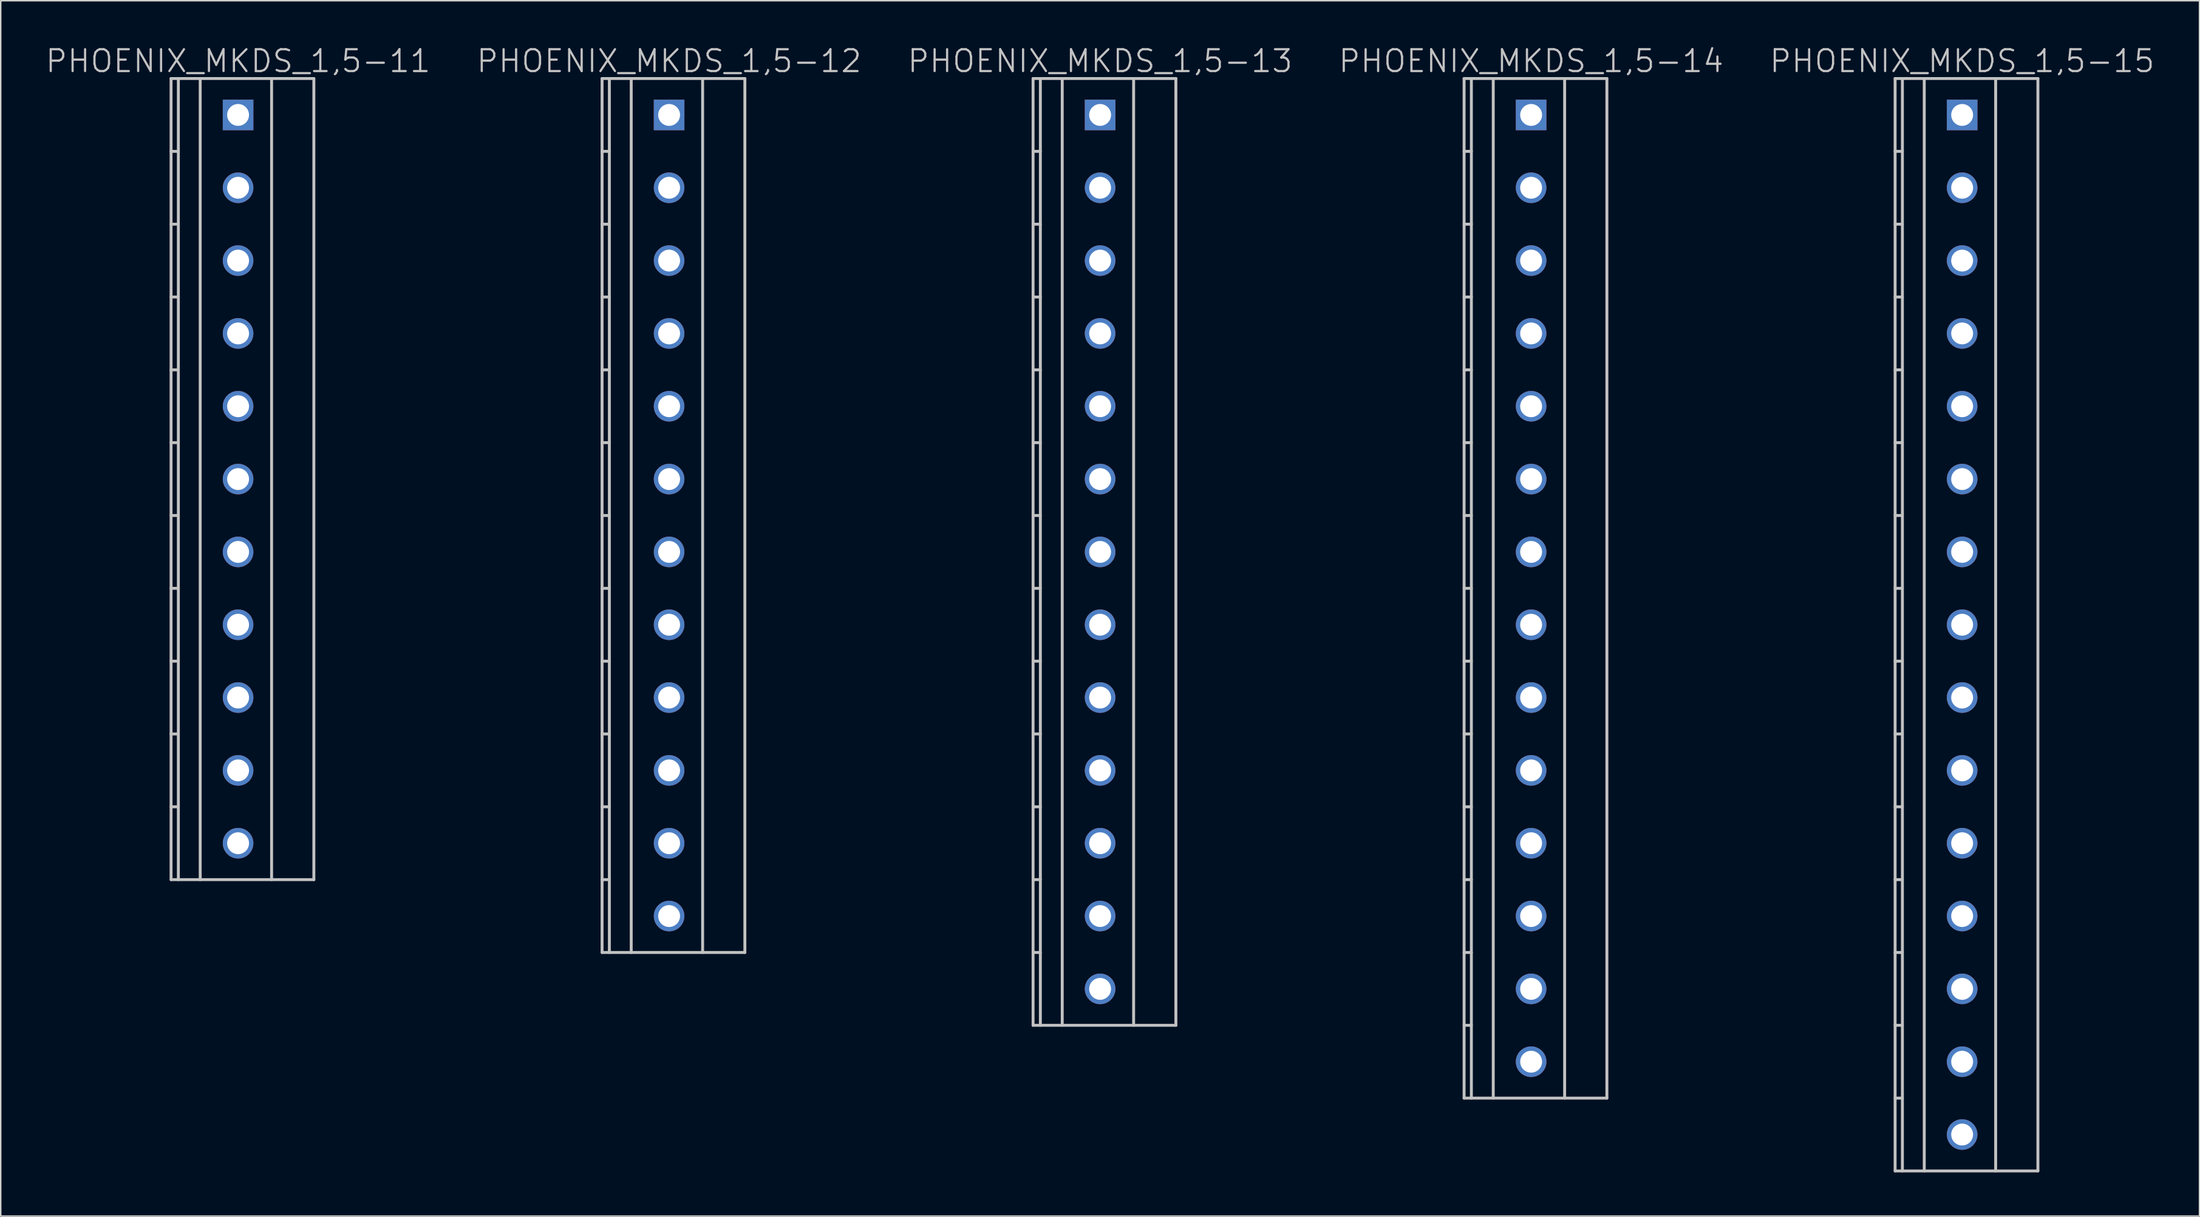
<source format=kicad_pcb>
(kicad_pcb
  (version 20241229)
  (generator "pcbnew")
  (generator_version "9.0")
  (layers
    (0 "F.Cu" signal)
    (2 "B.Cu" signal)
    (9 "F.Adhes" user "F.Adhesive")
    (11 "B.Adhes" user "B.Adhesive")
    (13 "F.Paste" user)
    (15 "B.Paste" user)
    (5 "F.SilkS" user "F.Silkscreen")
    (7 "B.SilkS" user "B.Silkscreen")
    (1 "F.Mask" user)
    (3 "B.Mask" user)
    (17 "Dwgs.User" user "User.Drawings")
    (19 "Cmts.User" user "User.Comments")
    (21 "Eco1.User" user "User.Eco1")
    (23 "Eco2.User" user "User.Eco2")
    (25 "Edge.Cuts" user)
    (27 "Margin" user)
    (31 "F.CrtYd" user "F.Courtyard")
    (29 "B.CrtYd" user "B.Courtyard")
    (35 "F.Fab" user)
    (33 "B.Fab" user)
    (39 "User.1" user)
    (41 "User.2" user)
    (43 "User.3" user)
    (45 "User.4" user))
  (footprint "PHOENIX_MKDS_1,5-14"
    (layer "F.Cu")
    (at 102.025 37.341)
    (property "Reference" "PHOENIX_MKDS_1,5-14" (at 0 -36.2 180) (layer "Dwgs.User") (effects (font (size 1.5 1.5) (thickness 0.15))))
    (attr through_hole)
    (fp_line (start -4.6 -35) (end -4.6 35) (stroke (width 0.2) (type solid)) (layer "Dwgs.User"))
    (fp_line (start -4.6 35) (end 5.2 35) (stroke (width 0.2) (type solid)) (layer "Dwgs.User"))
    (fp_line (start -4.1 -35) (end -4.1 35) (stroke (width 0.2) (type solid)) (layer "Dwgs.User"))
    (fp_line (start -4.1 -30) (end -4.6 -30) (stroke (width 0.2) (type solid)) (layer "Dwgs.User"))
    (fp_line (start -4.1 -25) (end -4.6 -25) (stroke (width 0.2) (type solid)) (layer "Dwgs.User"))
    (fp_line (start -4.1 -20) (end -4.6 -20) (stroke (width 0.2) (type solid)) (layer "Dwgs.User"))
    (fp_line (start -4.1 -15) (end -4.6 -15) (stroke (width 0.2) (type solid)) (layer "Dwgs.User"))
    (fp_line (start -4.1 -10) (end -4.6 -10) (stroke (width 0.2) (type solid)) (layer "Dwgs.User"))
    (fp_line (start -4.1 -5) (end -4.6 -5) (stroke (width 0.2) (type solid)) (layer "Dwgs.User"))
    (fp_line (start -4.1 0) (end -4.6 0) (stroke (width 0.2) (type solid)) (layer "Dwgs.User"))
    (fp_line (start -4.1 5) (end -4.6 5) (stroke (width 0.2) (type solid)) (layer "Dwgs.User"))
    (fp_line (start -4.1 10) (end -4.6 10) (stroke (width 0.2) (type solid)) (layer "Dwgs.User"))
    (fp_line (start -4.1 15) (end -4.6 15) (stroke (width 0.2) (type solid)) (layer "Dwgs.User"))
    (fp_line (start -4.1 20) (end -4.6 20) (stroke (width 0.2) (type solid)) (layer "Dwgs.User"))
    (fp_line (start -4.1 25) (end -4.6 25) (stroke (width 0.2) (type solid)) (layer "Dwgs.User"))
    (fp_line (start -4.1 30) (end -4.6 30) (stroke (width 0.2) (type solid)) (layer "Dwgs.User"))
    (fp_line (start -2.6 -35) (end -2.6 35) (stroke (width 0.2) (type solid)) (layer "Dwgs.User"))
    (fp_line (start 2.3 -35) (end 2.3 35) (stroke (width 0.2) (type solid)) (layer "Dwgs.User"))
    (fp_line (start 5.2 -35) (end -4.6 -35) (stroke (width 0.2) (type solid)) (layer "Dwgs.User"))
    (fp_line (start 5.2 35) (end 5.2 -35) (stroke (width 0.2) (type solid)) (layer "Dwgs.User"))
    (pad "1" thru_hole rect (at 0 -32.5) (size 2.1 2.1) (drill 1.5) (layers "*.Cu" "*.Mask"))
    (pad "2" thru_hole circle (at 0 -27.5 270) (size 2.1 2.1) (drill 1.5) (layers "*.Cu" "*.Mask"))
    (pad "3" thru_hole circle (at 0 -22.5 270) (size 2.1 2.1) (drill 1.5) (layers "*.Cu" "*.Mask"))
    (pad "4" thru_hole circle (at 0 -17.5 270) (size 2.1 2.1) (drill 1.5) (layers "*.Cu" "*.Mask"))
    (pad "5" thru_hole circle (at 0 -12.5 270) (size 2.1 2.1) (drill 1.5) (layers "*.Cu" "*.Mask"))
    (pad "6" thru_hole circle (at 0 -7.5 270) (size 2.1 2.1) (drill 1.5) (layers "*.Cu" "*.Mask"))
    (pad "7" thru_hole circle (at 0 -2.5 270) (size 2.1 2.1) (drill 1.5) (layers "*.Cu" "*.Mask"))
    (pad "8" thru_hole circle (at 0 2.5 270) (size 2.1 2.1) (drill 1.5) (layers "*.Cu" "*.Mask"))
    (pad "9" thru_hole circle (at 0 7.5 270) (size 2.1 2.1) (drill 1.5) (layers "*.Cu" "*.Mask"))
    (pad "10" thru_hole circle (at 0 12.5 270) (size 2.1 2.1) (drill 1.5) (layers "*.Cu" "*.Mask"))
    (pad "11" thru_hole circle (at 0 17.5 270) (size 2.1 2.1) (drill 1.5) (layers "*.Cu" "*.Mask"))
    (pad "12" thru_hole circle (at 0 22.5 270) (size 2.1 2.1) (drill 1.5) (layers "*.Cu" "*.Mask"))
    (pad "13" thru_hole circle (at 0 27.5 270) (size 2.1 2.1) (drill 1.5) (layers "*.Cu" "*.Mask"))
    (pad "14" thru_hole circle (at 0 32.5 270) (size 2.1 2.1) (drill 1.5) (layers "*.Cu" "*.Mask")))
  (footprint "PHOENIX_MKDS_1,5-15"
    (layer "F.Cu")
    (at 131.604 39.841)
    (property "Reference" "PHOENIX_MKDS_1,5-15" (at 0 -38.7 180) (layer "Dwgs.User") (effects (font (size 1.5 1.5) (thickness 0.15))))
    (attr through_hole)
    (fp_line (start -4.6 -37.5) (end -4.6 37.5) (stroke (width 0.2) (type solid)) (layer "Dwgs.User"))
    (fp_line (start -4.6 37.5) (end 5.2 37.5) (stroke (width 0.2) (type solid)) (layer "Dwgs.User"))
    (fp_line (start -4.1 -37.5) (end -4.1 37.5) (stroke (width 0.2) (type solid)) (layer "Dwgs.User"))
    (fp_line (start -4.1 -32.5) (end -4.6 -32.5) (stroke (width 0.2) (type solid)) (layer "Dwgs.User"))
    (fp_line (start -4.1 -27.5) (end -4.6 -27.5) (stroke (width 0.2) (type solid)) (layer "Dwgs.User"))
    (fp_line (start -4.1 -22.5) (end -4.6 -22.5) (stroke (width 0.2) (type solid)) (layer "Dwgs.User"))
    (fp_line (start -4.1 -17.5) (end -4.6 -17.5) (stroke (width 0.2) (type solid)) (layer "Dwgs.User"))
    (fp_line (start -4.1 -12.5) (end -4.6 -12.5) (stroke (width 0.2) (type solid)) (layer "Dwgs.User"))
    (fp_line (start -4.1 -7.5) (end -4.6 -7.5) (stroke (width 0.2) (type solid)) (layer "Dwgs.User"))
    (fp_line (start -4.1 -2.5) (end -4.6 -2.5) (stroke (width 0.2) (type solid)) (layer "Dwgs.User"))
    (fp_line (start -4.1 2.5) (end -4.6 2.5) (stroke (width 0.2) (type solid)) (layer "Dwgs.User"))
    (fp_line (start -4.1 7.5) (end -4.6 7.5) (stroke (width 0.2) (type solid)) (layer "Dwgs.User"))
    (fp_line (start -4.1 12.5) (end -4.6 12.5) (stroke (width 0.2) (type solid)) (layer "Dwgs.User"))
    (fp_line (start -4.1 17.5) (end -4.6 17.5) (stroke (width 0.2) (type solid)) (layer "Dwgs.User"))
    (fp_line (start -4.1 22.5) (end -4.6 22.5) (stroke (width 0.2) (type solid)) (layer "Dwgs.User"))
    (fp_line (start -4.1 27.5) (end -4.6 27.5) (stroke (width 0.2) (type solid)) (layer "Dwgs.User"))
    (fp_line (start -4.1 32.5) (end -4.6 32.5) (stroke (width 0.2) (type solid)) (layer "Dwgs.User"))
    (fp_line (start -2.6 -37.5) (end -2.6 37.5) (stroke (width 0.2) (type solid)) (layer "Dwgs.User"))
    (fp_line (start 2.3 -37.5) (end 2.3 37.5) (stroke (width 0.2) (type solid)) (layer "Dwgs.User"))
    (fp_line (start 5.2 -37.5) (end -4.6 -37.5) (stroke (width 0.2) (type solid)) (layer "Dwgs.User"))
    (fp_line (start 5.2 37.5) (end 5.2 -37.5) (stroke (width 0.2) (type solid)) (layer "Dwgs.User"))
    (pad "1" thru_hole rect (at 0 -35) (size 2.1 2.1) (drill 1.5) (layers "*.Cu" "*.Mask"))
    (pad "2" thru_hole circle (at 0 -30 270) (size 2.1 2.1) (drill 1.5) (layers "*.Cu" "*.Mask"))
    (pad "3" thru_hole circle (at 0 -25 270) (size 2.1 2.1) (drill 1.5) (layers "*.Cu" "*.Mask"))
    (pad "4" thru_hole circle (at 0 -20 270) (size 2.1 2.1) (drill 1.5) (layers "*.Cu" "*.Mask"))
    (pad "5" thru_hole circle (at 0 -15 270) (size 2.1 2.1) (drill 1.5) (layers "*.Cu" "*.Mask"))
    (pad "6" thru_hole circle (at 0 -10 270) (size 2.1 2.1) (drill 1.5) (layers "*.Cu" "*.Mask"))
    (pad "7" thru_hole circle (at 0 -5 270) (size 2.1 2.1) (drill 1.5) (layers "*.Cu" "*.Mask"))
    (pad "8" thru_hole circle (at 0 0 270) (size 2.1 2.1) (drill 1.5) (layers "*.Cu" "*.Mask"))
    (pad "9" thru_hole circle (at 0 5 270) (size 2.1 2.1) (drill 1.5) (layers "*.Cu" "*.Mask"))
    (pad "10" thru_hole circle (at 0 10 270) (size 2.1 2.1) (drill 1.5) (layers "*.Cu" "*.Mask"))
    (pad "11" thru_hole circle (at 0 15 270) (size 2.1 2.1) (drill 1.5) (layers "*.Cu" "*.Mask"))
    (pad "12" thru_hole circle (at 0 20 270) (size 2.1 2.1) (drill 1.5) (layers "*.Cu" "*.Mask"))
    (pad "13" thru_hole circle (at 0 25 270) (size 2.1 2.1) (drill 1.5) (layers "*.Cu" "*.Mask"))
    (pad "14" thru_hole circle (at 0 30 270) (size 2.1 2.1) (drill 1.5) (layers "*.Cu" "*.Mask"))
    (pad "15" thru_hole circle (at 0 35 270) (size 2.1 2.1) (drill 1.5) (layers "*.Cu" "*.Mask")))
  (footprint "PHOENIX_MKDS_1,5-11"
    (layer "F.Cu")
    (at 13.289 29.841)
    (property "Reference" "PHOENIX_MKDS_1,5-11" (at 0 -28.7 180) (layer "Dwgs.User") (effects (font (size 1.5 1.5) (thickness 0.15))))
    (attr through_hole)
    (fp_line (start -4.6 -27.5) (end -4.6 27.5) (stroke (width 0.2) (type solid)) (layer "Dwgs.User"))
    (fp_line (start -4.6 27.5) (end 5.2 27.5) (stroke (width 0.2) (type solid)) (layer "Dwgs.User"))
    (fp_line (start -4.1 -27.5) (end -4.1 27.5) (stroke (width 0.2) (type solid)) (layer "Dwgs.User"))
    (fp_line (start -4.1 -22.5) (end -4.6 -22.5) (stroke (width 0.2) (type solid)) (layer "Dwgs.User"))
    (fp_line (start -4.1 -17.5) (end -4.6 -17.5) (stroke (width 0.2) (type solid)) (layer "Dwgs.User"))
    (fp_line (start -4.1 -12.5) (end -4.6 -12.5) (stroke (width 0.2) (type solid)) (layer "Dwgs.User"))
    (fp_line (start -4.1 -7.5) (end -4.6 -7.5) (stroke (width 0.2) (type solid)) (layer "Dwgs.User"))
    (fp_line (start -4.1 -2.5) (end -4.6 -2.5) (stroke (width 0.2) (type solid)) (layer "Dwgs.User"))
    (fp_line (start -4.1 2.5) (end -4.6 2.5) (stroke (width 0.2) (type solid)) (layer "Dwgs.User"))
    (fp_line (start -4.1 7.5) (end -4.6 7.5) (stroke (width 0.2) (type solid)) (layer "Dwgs.User"))
    (fp_line (start -4.1 12.5) (end -4.6 12.5) (stroke (width 0.2) (type solid)) (layer "Dwgs.User"))
    (fp_line (start -4.1 17.5) (end -4.6 17.5) (stroke (width 0.2) (type solid)) (layer "Dwgs.User"))
    (fp_line (start -4.1 22.5) (end -4.6 22.5) (stroke (width 0.2) (type solid)) (layer "Dwgs.User"))
    (fp_line (start -2.6 -27.5) (end -2.6 27.5) (stroke (width 0.2) (type solid)) (layer "Dwgs.User"))
    (fp_line (start 2.3 -27.5) (end 2.3 27.5) (stroke (width 0.2) (type solid)) (layer "Dwgs.User"))
    (fp_line (start 5.2 -27.5) (end -4.6 -27.5) (stroke (width 0.2) (type solid)) (layer "Dwgs.User"))
    (fp_line (start 5.2 27.5) (end 5.2 -27.5) (stroke (width 0.2) (type solid)) (layer "Dwgs.User"))
    (pad "1" thru_hole rect (at 0 -25) (size 2.1 2.1) (drill 1.5) (layers "*.Cu" "*.Mask"))
    (pad "2" thru_hole circle (at 0 -20 270) (size 2.1 2.1) (drill 1.5) (layers "*.Cu" "*.Mask"))
    (pad "3" thru_hole circle (at 0 -15 270) (size 2.1 2.1) (drill 1.5) (layers "*.Cu" "*.Mask"))
    (pad "4" thru_hole circle (at 0 -10 270) (size 2.1 2.1) (drill 1.5) (layers "*.Cu" "*.Mask"))
    (pad "5" thru_hole circle (at 0 -5 270) (size 2.1 2.1) (drill 1.5) (layers "*.Cu" "*.Mask"))
    (pad "6" thru_hole circle (at 0 0 270) (size 2.1 2.1) (drill 1.5) (layers "*.Cu" "*.Mask"))
    (pad "7" thru_hole circle (at 0 5 270) (size 2.1 2.1) (drill 1.5) (layers "*.Cu" "*.Mask"))
    (pad "8" thru_hole circle (at 0 10 270) (size 2.1 2.1) (drill 1.5) (layers "*.Cu" "*.Mask"))
    (pad "9" thru_hole circle (at 0 15 270) (size 2.1 2.1) (drill 1.5) (layers "*.Cu" "*.Mask"))
    (pad "10" thru_hole circle (at 0 20 270) (size 2.1 2.1) (drill 1.5) (layers "*.Cu" "*.Mask"))
    (pad "11" thru_hole circle (at 0 25 270) (size 2.1 2.1) (drill 1.5) (layers "*.Cu" "*.Mask")))
  (footprint "PHOENIX_MKDS_1,5-13"
    (layer "F.Cu")
    (at 72.446 34.841)
    (property "Reference" "PHOENIX_MKDS_1,5-13" (at 0 -33.7 180) (layer "Dwgs.User") (effects (font (size 1.5 1.5) (thickness 0.15))))
    (attr through_hole)
    (fp_line (start -4.6 -32.5) (end -4.6 32.5) (stroke (width 0.2) (type solid)) (layer "Dwgs.User"))
    (fp_line (start -4.6 32.5) (end 5.2 32.5) (stroke (width 0.2) (type solid)) (layer "Dwgs.User"))
    (fp_line (start -4.1 -32.5) (end -4.1 32.5) (stroke (width 0.2) (type solid)) (layer "Dwgs.User"))
    (fp_line (start -4.1 -27.5) (end -4.6 -27.5) (stroke (width 0.2) (type solid)) (layer "Dwgs.User"))
    (fp_line (start -4.1 -22.5) (end -4.6 -22.5) (stroke (width 0.2) (type solid)) (layer "Dwgs.User"))
    (fp_line (start -4.1 -17.5) (end -4.6 -17.5) (stroke (width 0.2) (type solid)) (layer "Dwgs.User"))
    (fp_line (start -4.1 -12.5) (end -4.6 -12.5) (stroke (width 0.2) (type solid)) (layer "Dwgs.User"))
    (fp_line (start -4.1 -7.5) (end -4.6 -7.5) (stroke (width 0.2) (type solid)) (layer "Dwgs.User"))
    (fp_line (start -4.1 -2.5) (end -4.6 -2.5) (stroke (width 0.2) (type solid)) (layer "Dwgs.User"))
    (fp_line (start -4.1 2.5) (end -4.6 2.5) (stroke (width 0.2) (type solid)) (layer "Dwgs.User"))
    (fp_line (start -4.1 7.5) (end -4.6 7.5) (stroke (width 0.2) (type solid)) (layer "Dwgs.User"))
    (fp_line (start -4.1 12.5) (end -4.6 12.5) (stroke (width 0.2) (type solid)) (layer "Dwgs.User"))
    (fp_line (start -4.1 17.5) (end -4.6 17.5) (stroke (width 0.2) (type solid)) (layer "Dwgs.User"))
    (fp_line (start -4.1 22.5) (end -4.6 22.5) (stroke (width 0.2) (type solid)) (layer "Dwgs.User"))
    (fp_line (start -4.1 27.5) (end -4.6 27.5) (stroke (width 0.2) (type solid)) (layer "Dwgs.User"))
    (fp_line (start -2.6 -32.5) (end -2.6 32.5) (stroke (width 0.2) (type solid)) (layer "Dwgs.User"))
    (fp_line (start 2.3 -32.5) (end 2.3 32.5) (stroke (width 0.2) (type solid)) (layer "Dwgs.User"))
    (fp_line (start 5.2 -32.5) (end -4.6 -32.5) (stroke (width 0.2) (type solid)) (layer "Dwgs.User"))
    (fp_line (start 5.2 32.5) (end 5.2 -32.5) (stroke (width 0.2) (type solid)) (layer "Dwgs.User"))
    (pad "1" thru_hole rect (at 0 -30) (size 2.1 2.1) (drill 1.5) (layers "*.Cu" "*.Mask"))
    (pad "2" thru_hole circle (at 0 -25 270) (size 2.1 2.1) (drill 1.5) (layers "*.Cu" "*.Mask"))
    (pad "3" thru_hole circle (at 0 -20 270) (size 2.1 2.1) (drill 1.5) (layers "*.Cu" "*.Mask"))
    (pad "4" thru_hole circle (at 0 -15 270) (size 2.1 2.1) (drill 1.5) (layers "*.Cu" "*.Mask"))
    (pad "5" thru_hole circle (at 0 -10 270) (size 2.1 2.1) (drill 1.5) (layers "*.Cu" "*.Mask"))
    (pad "6" thru_hole circle (at 0 -5 270) (size 2.1 2.1) (drill 1.5) (layers "*.Cu" "*.Mask"))
    (pad "7" thru_hole circle (at 0 0 270) (size 2.1 2.1) (drill 1.5) (layers "*.Cu" "*.Mask"))
    (pad "8" thru_hole circle (at 0 5 270) (size 2.1 2.1) (drill 1.5) (layers "*.Cu" "*.Mask"))
    (pad "9" thru_hole circle (at 0 10 270) (size 2.1 2.1) (drill 1.5) (layers "*.Cu" "*.Mask"))
    (pad "10" thru_hole circle (at 0 15 270) (size 2.1 2.1) (drill 1.5) (layers "*.Cu" "*.Mask"))
    (pad "11" thru_hole circle (at 0 20 270) (size 2.1 2.1) (drill 1.5) (layers "*.Cu" "*.Mask"))
    (pad "12" thru_hole circle (at 0 25 270) (size 2.1 2.1) (drill 1.5) (layers "*.Cu" "*.Mask"))
    (pad "13" thru_hole circle (at 0 30 270) (size 2.1 2.1) (drill 1.5) (layers "*.Cu" "*.Mask")))
  (footprint "PHOENIX_MKDS_1,5-12"
    (layer "F.Cu")
    (at 42.868 32.341)
    (property "Reference" "PHOENIX_MKDS_1,5-12" (at 0 -31.2 180) (layer "Dwgs.User") (effects (font (size 1.5 1.5) (thickness 0.15))))
    (attr through_hole)
    (fp_line (start -4.6 -30) (end -4.6 30) (stroke (width 0.2) (type solid)) (layer "Dwgs.User"))
    (fp_line (start -4.6 30) (end 5.2 30) (stroke (width 0.2) (type solid)) (layer "Dwgs.User"))
    (fp_line (start -4.1 -30) (end -4.1 30) (stroke (width 0.2) (type solid)) (layer "Dwgs.User"))
    (fp_line (start -4.1 -25) (end -4.6 -25) (stroke (width 0.2) (type solid)) (layer "Dwgs.User"))
    (fp_line (start -4.1 -20) (end -4.6 -20) (stroke (width 0.2) (type solid)) (layer "Dwgs.User"))
    (fp_line (start -4.1 -15) (end -4.6 -15) (stroke (width 0.2) (type solid)) (layer "Dwgs.User"))
    (fp_line (start -4.1 -10) (end -4.6 -10) (stroke (width 0.2) (type solid)) (layer "Dwgs.User"))
    (fp_line (start -4.1 -5) (end -4.6 -5) (stroke (width 0.2) (type solid)) (layer "Dwgs.User"))
    (fp_line (start -4.1 0) (end -4.6 0) (stroke (width 0.2) (type solid)) (layer "Dwgs.User"))
    (fp_line (start -4.1 5) (end -4.6 5) (stroke (width 0.2) (type solid)) (layer "Dwgs.User"))
    (fp_line (start -4.1 10) (end -4.6 10) (stroke (width 0.2) (type solid)) (layer "Dwgs.User"))
    (fp_line (start -4.1 15) (end -4.6 15) (stroke (width 0.2) (type solid)) (layer "Dwgs.User"))
    (fp_line (start -4.1 20) (end -4.6 20) (stroke (width 0.2) (type solid)) (layer "Dwgs.User"))
    (fp_line (start -4.1 25) (end -4.6 25) (stroke (width 0.2) (type solid)) (layer "Dwgs.User"))
    (fp_line (start -2.6 -30) (end -2.6 30) (stroke (width 0.2) (type solid)) (layer "Dwgs.User"))
    (fp_line (start 2.3 -30) (end 2.3 30) (stroke (width 0.2) (type solid)) (layer "Dwgs.User"))
    (fp_line (start 5.2 -30) (end -4.6 -30) (stroke (width 0.2) (type solid)) (layer "Dwgs.User"))
    (fp_line (start 5.2 30) (end 5.2 -30) (stroke (width 0.2) (type solid)) (layer "Dwgs.User"))
    (pad "1" thru_hole rect (at 0 -27.5) (size 2.1 2.1) (drill 1.5) (layers "*.Cu" "*.Mask"))
    (pad "2" thru_hole circle (at 0 -22.5 270) (size 2.1 2.1) (drill 1.5) (layers "*.Cu" "*.Mask"))
    (pad "3" thru_hole circle (at 0 -17.5 270) (size 2.1 2.1) (drill 1.5) (layers "*.Cu" "*.Mask"))
    (pad "4" thru_hole circle (at 0 -12.5 270) (size 2.1 2.1) (drill 1.5) (layers "*.Cu" "*.Mask"))
    (pad "5" thru_hole circle (at 0 -7.5 270) (size 2.1 2.1) (drill 1.5) (layers "*.Cu" "*.Mask"))
    (pad "6" thru_hole circle (at 0 -2.5 270) (size 2.1 2.1) (drill 1.5) (layers "*.Cu" "*.Mask"))
    (pad "7" thru_hole circle (at 0 2.5 270) (size 2.1 2.1) (drill 1.5) (layers "*.Cu" "*.Mask"))
    (pad "8" thru_hole circle (at 0 7.5 270) (size 2.1 2.1) (drill 1.5) (layers "*.Cu" "*.Mask"))
    (pad "9" thru_hole circle (at 0 12.5 270) (size 2.1 2.1) (drill 1.5) (layers "*.Cu" "*.Mask"))
    (pad "10" thru_hole circle (at 0 17.5 270) (size 2.1 2.1) (drill 1.5) (layers "*.Cu" "*.Mask"))
    (pad "11" thru_hole circle (at 0 22.5 270) (size 2.1 2.1) (drill 1.5) (layers "*.Cu" "*.Mask"))
    (pad "12" thru_hole circle (at 0 27.5 270) (size 2.1 2.1) (drill 1.5) (layers "*.Cu" "*.Mask")))
  (gr_rect
    (start -3 -3)
    (end 147.893 80.441)
    (stroke (width 0.1) (type default))
    (fill no)
    (layer "Edge.Cuts")))
</source>
